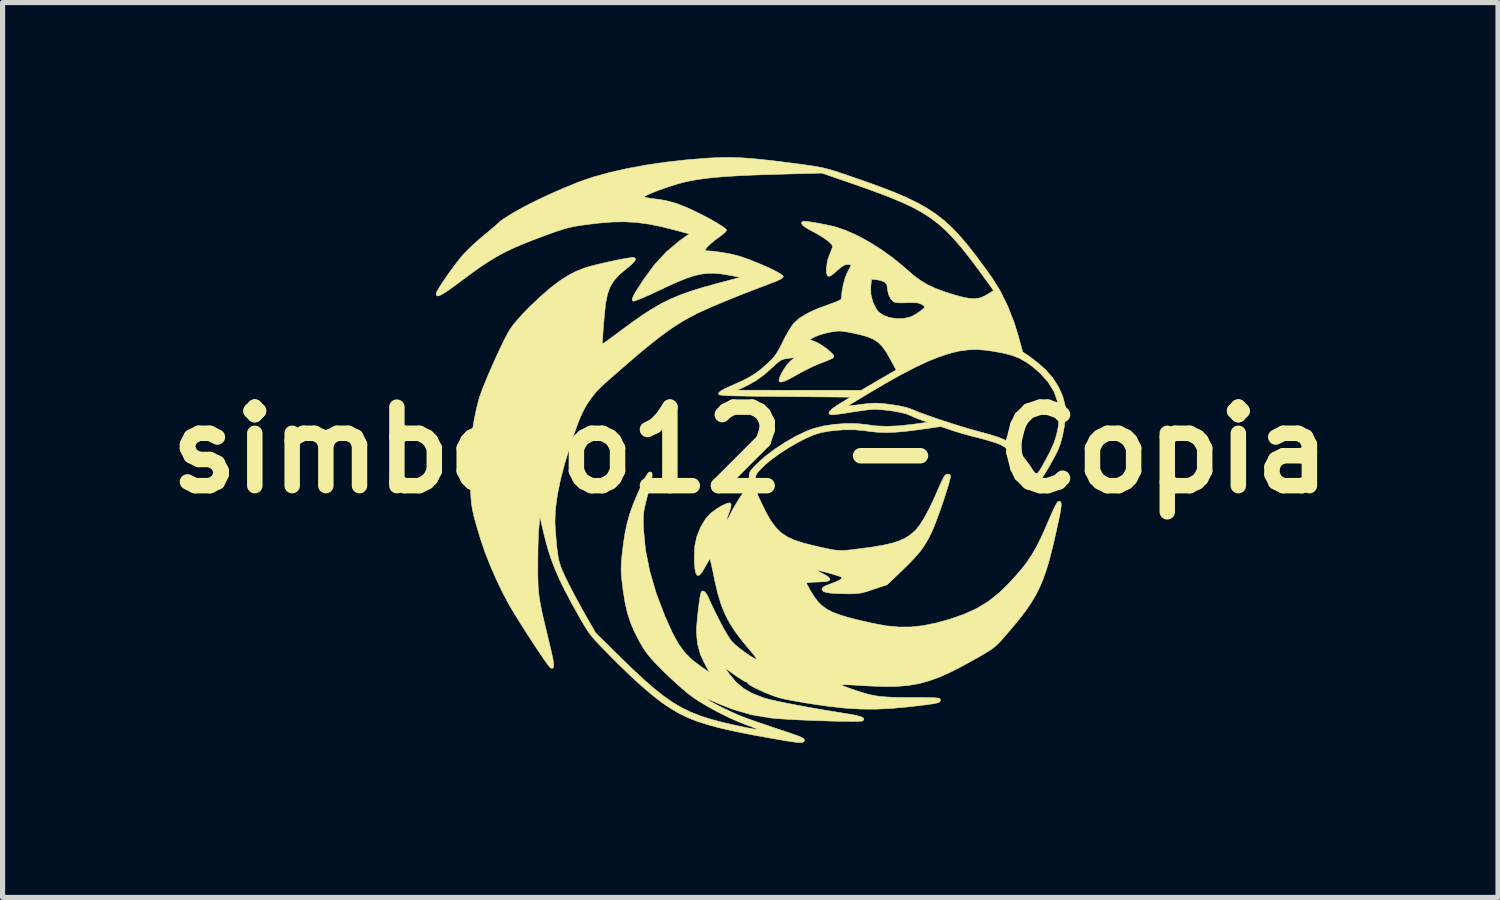
<source format=kicad_pcb>
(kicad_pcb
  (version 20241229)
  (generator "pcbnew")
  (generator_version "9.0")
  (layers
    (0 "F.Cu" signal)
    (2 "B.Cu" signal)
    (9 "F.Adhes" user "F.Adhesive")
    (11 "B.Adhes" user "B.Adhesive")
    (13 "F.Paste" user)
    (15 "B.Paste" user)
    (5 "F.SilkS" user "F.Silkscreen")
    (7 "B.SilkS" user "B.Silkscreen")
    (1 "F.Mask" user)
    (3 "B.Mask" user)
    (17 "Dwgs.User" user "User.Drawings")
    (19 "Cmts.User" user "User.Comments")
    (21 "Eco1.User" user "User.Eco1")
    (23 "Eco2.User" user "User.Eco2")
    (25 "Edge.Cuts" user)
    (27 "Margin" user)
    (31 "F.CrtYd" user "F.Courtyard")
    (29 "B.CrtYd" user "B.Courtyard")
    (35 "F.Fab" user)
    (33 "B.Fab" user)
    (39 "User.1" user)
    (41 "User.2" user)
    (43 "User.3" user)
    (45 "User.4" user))
  (footprint "simbolo12 - Copia"
    (layer "F.Cu")
    (at 11.51 5.685)
    (property "Reference" "simbolo12 - Copia" (at 0 0 0) (layer "F.SilkS") (effects (font (size 1.524 1.524) (thickness 0.3))))
    (attr through_hole)
    (fp_poly (pts (xy -0.359 -5.679) (xy -0.196 -5.674) (xy -0.018 -5.662) (xy 0.182 -5.644) (xy 0.413 -5.619) (xy 0.679 -5.586) (xy 0.869 -5.562) (xy 1.054 -5.537) (xy 1.201 -5.516) (xy 1.322 -5.495) (xy 1.427 -5.474) (xy 1.526 -5.449) (xy 1.631 -5.418) (xy 1.752 -5.378) (xy 1.86 -5.342) (xy 2.21 -5.221) (xy 2.517 -5.11) (xy 2.788 -5.006) (xy 3.027 -4.904) (xy 3.239 -4.801) (xy 3.428 -4.695) (xy 3.601 -4.581) (xy 3.761 -4.456) (xy 3.913 -4.317) (xy 4.063 -4.16) (xy 4.215 -3.982) (xy 4.374 -3.779) (xy 4.545 -3.547) (xy 4.691 -3.344) (xy 4.852 -3.086) (xy 4.998 -2.789) (xy 5.125 -2.463) (xy 5.204 -2.205) (xy 5.286 -1.906) (xy 5.427 -1.81) (xy 5.512 -1.746) (xy 5.614 -1.663) (xy 5.711 -1.578) (xy 5.73 -1.56) (xy 5.866 -1.407) (xy 5.979 -1.232) (xy 6.062 -1.048) (xy 6.109 -0.865) (xy 6.116 -0.794) (xy 6.114 -0.64) (xy 6.095 -0.464) (xy 6.061 -0.285) (xy 6.017 -0.122) (xy 5.978 -0.02) (xy 5.933 0.073) (xy 5.877 0.18) (xy 5.813 0.294) (xy 5.747 0.406) (xy 5.683 0.508) (xy 5.628 0.593) (xy 5.584 0.652) (xy 5.558 0.677) (xy 5.556 0.677) (xy 5.531 0.658) (xy 5.487 0.606) (xy 5.432 0.529) (xy 5.381 0.454) (xy 5.302 0.339) (xy 5.209 0.218) (xy 5.119 0.111) (xy 5.08 0.07) (xy 4.998 -0.01) (xy 4.93 -0.065) (xy 4.862 -0.103) (xy 4.775 -0.137) (xy 4.729 -0.152) (xy 4.606 -0.19) (xy 4.464 -0.23) (xy 4.335 -0.262) (xy 4.33 -0.264) (xy 4.205 -0.296) (xy 4.062 -0.337) (xy 3.929 -0.379) (xy 3.911 -0.385) (xy 3.698 -0.458) (xy 3.282 -0.398) (xy 3.036 -0.367) (xy 2.826 -0.348) (xy 2.641 -0.341) (xy 2.469 -0.347) (xy 2.299 -0.365) (xy 2.227 -0.376) (xy 2.024 -0.395) (xy 1.797 -0.394) (xy 1.564 -0.373) (xy 1.367 -0.339) (xy 1.237 -0.298) (xy 1.081 -0.231) (xy 0.911 -0.143) (xy 0.735 -0.041) (xy 0.564 0.07) (xy 0.408 0.183) (xy 0.278 0.292) (xy 0.237 0.332) (xy 0.169 0.403) (xy 0.128 0.454) (xy 0.106 0.5) (xy 0.098 0.556) (xy 0.095 0.617) (xy 0.096 0.689) (xy 0.105 0.753) (xy 0.126 0.824) (xy 0.163 0.914) (xy 0.205 1.003) (xy 0.305 1.208) (xy 0.4 1.372) (xy 0.496 1.502) (xy 0.6 1.604) (xy 0.719 1.684) (xy 0.862 1.749) (xy 1.034 1.804) (xy 1.197 1.845) (xy 1.365 1.884) (xy 1.495 1.913) (xy 1.599 1.933) (xy 1.687 1.944) (xy 1.769 1.948) (xy 1.856 1.944) (xy 1.958 1.934) (xy 2.086 1.918) (xy 2.141 1.911) (xy 2.383 1.878) (xy 2.584 1.843) (xy 2.748 1.806) (xy 2.884 1.763) (xy 2.996 1.713) (xy 3.092 1.653) (xy 3.178 1.581) (xy 3.218 1.542) (xy 3.291 1.449) (xy 3.376 1.314) (xy 3.469 1.141) (xy 3.569 0.933) (xy 3.654 0.738) (xy 3.707 0.618) (xy 3.747 0.538) (xy 3.779 0.49) (xy 3.807 0.467) (xy 3.819 0.464) (xy 3.867 0.473) (xy 3.885 0.493) (xy 3.882 0.529) (xy 3.865 0.603) (xy 3.836 0.706) (xy 3.797 0.831) (xy 3.752 0.97) (xy 3.702 1.116) (xy 3.651 1.26) (xy 3.601 1.394) (xy 3.554 1.512) (xy 3.514 1.605) (xy 3.507 1.618) (xy 3.441 1.746) (xy 3.372 1.86) (xy 3.293 1.969) (xy 3.196 2.082) (xy 3.075 2.209) (xy 2.94 2.341) (xy 2.656 2.612) (xy 2.386 2.702) (xy 2.266 2.742) (xy 2.174 2.767) (xy 2.093 2.782) (xy 2.007 2.788) (xy 1.899 2.789) (xy 1.838 2.788) (xy 1.672 2.783) (xy 1.549 2.774) (xy 1.464 2.759) (xy 1.414 2.738) (xy 1.392 2.71) (xy 1.391 2.698) (xy 1.405 2.667) (xy 1.451 2.636) (xy 1.536 2.603) (xy 1.662 2.555) (xy 1.743 2.515) (xy 1.778 2.484) (xy 1.775 2.468) (xy 1.746 2.454) (xy 1.685 2.434) (xy 1.604 2.409) (xy 1.514 2.383) (xy 1.428 2.36) (xy 1.358 2.343) (xy 1.314 2.335) (xy 1.306 2.336) (xy 1.326 2.351) (xy 1.377 2.381) (xy 1.429 2.408) (xy 1.507 2.454) (xy 1.541 2.492) (xy 1.543 2.511) (xy 1.532 2.531) (xy 1.503 2.544) (xy 1.446 2.552) (xy 1.352 2.558) (xy 1.312 2.559) (xy 1.215 2.563) (xy 1.139 2.569) (xy 1.095 2.576) (xy 1.089 2.579) (xy 1.1 2.605) (xy 1.13 2.661) (xy 1.173 2.736) (xy 1.183 2.753) (xy 1.249 2.857) (xy 1.317 2.945) (xy 1.392 3.019) (xy 1.482 3.084) (xy 1.59 3.141) (xy 1.723 3.193) (xy 1.886 3.243) (xy 2.085 3.294) (xy 2.324 3.349) (xy 2.381 3.362) (xy 2.643 3.41) (xy 2.884 3.433) (xy 3.118 3.432) (xy 3.357 3.405) (xy 3.612 3.353) (xy 3.858 3.285) (xy 4.145 3.186) (xy 4.394 3.073) (xy 4.617 2.938) (xy 4.823 2.775) (xy 4.997 2.606) (xy 5.144 2.448) (xy 5.268 2.304) (xy 5.374 2.166) (xy 5.468 2.024) (xy 5.556 1.87) (xy 5.644 1.695) (xy 5.737 1.488) (xy 5.808 1.322) (xy 5.858 1.208) (xy 5.903 1.111) (xy 5.941 1.039) (xy 5.966 1.001) (xy 5.971 0.998) (xy 6.008 0.993) (xy 6.03 1.016) (xy 6.034 1.072) (xy 6.023 1.166) (xy 6 1.286) (xy 5.932 1.6) (xy 5.869 1.873) (xy 5.809 2.11) (xy 5.747 2.318) (xy 5.683 2.502) (xy 5.613 2.668) (xy 5.534 2.823) (xy 5.444 2.973) (xy 5.34 3.123) (xy 5.219 3.281) (xy 5.079 3.451) (xy 4.978 3.568) (xy 4.891 3.668) (xy 4.822 3.744) (xy 4.758 3.804) (xy 4.692 3.856) (xy 4.612 3.909) (xy 4.508 3.971) (xy 4.4 4.033) (xy 4.13 4.183) (xy 3.89 4.306) (xy 3.672 4.403) (xy 3.467 4.478) (xy 3.268 4.532) (xy 3.065 4.567) (xy 2.852 4.585) (xy 2.618 4.588) (xy 2.357 4.579) (xy 2.271 4.575) (xy 2.091 4.564) (xy 1.955 4.556) (xy 1.861 4.553) (xy 1.803 4.553) (xy 1.779 4.558) (xy 1.785 4.567) (xy 1.817 4.582) (xy 1.872 4.602) (xy 1.899 4.612) (xy 2.062 4.669) (xy 2.2 4.713) (xy 2.323 4.746) (xy 2.442 4.769) (xy 2.567 4.785) (xy 2.709 4.794) (xy 2.877 4.799) (xy 3.081 4.801) (xy 3.108 4.801) (xy 3.291 4.801) (xy 3.43 4.802) (xy 3.533 4.804) (xy 3.604 4.808) (xy 3.649 4.813) (xy 3.675 4.821) (xy 3.686 4.832) (xy 3.689 4.846) (xy 3.689 4.849) (xy 3.687 4.868) (xy 3.676 4.884) (xy 3.653 4.898) (xy 3.61 4.91) (xy 3.543 4.923) (xy 3.446 4.937) (xy 3.315 4.953) (xy 3.144 4.973) (xy 3.048 4.984) (xy 2.73 5.013) (xy 2.431 5.027) (xy 2.136 5.025) (xy 1.833 5.006) (xy 1.508 4.97) (xy 1.28 4.938) (xy 1.115 4.912) (xy 0.953 4.885) (xy 0.805 4.858) (xy 0.682 4.834) (xy 0.595 4.815) (xy 0.591 4.814) (xy 0.502 4.787) (xy 0.397 4.749) (xy 0.286 4.704) (xy 0.177 4.656) (xy 0.08 4.609) (xy 0.005 4.567) (xy -0.04 4.536) (xy -0.048 4.523) (xy -0.068 4.501) (xy -0.079 4.499) (xy -0.111 4.486) (xy -0.171 4.45) (xy -0.25 4.399) (xy -0.299 4.365) (xy -0.489 4.23) (xy -0.408 4.343) (xy -0.279 4.499) (xy -0.133 4.623) (xy 0.039 4.722) (xy 0.247 4.802) (xy 0.277 4.812) (xy 0.376 4.839) (xy 0.517 4.871) (xy 0.692 4.908) (xy 0.895 4.947) (xy 1.12 4.989) (xy 1.36 5.031) (xy 1.609 5.072) (xy 1.75 5.095) (xy 1.919 5.123) (xy 2.045 5.146) (xy 2.13 5.168) (xy 2.182 5.189) (xy 2.202 5.211) (xy 2.197 5.236) (xy 2.182 5.254) (xy 2.152 5.26) (xy 2.08 5.263) (xy 1.973 5.264) (xy 1.837 5.263) (xy 1.678 5.261) (xy 1.504 5.256) (xy 1.32 5.25) (xy 1.134 5.243) (xy 0.951 5.235) (xy 0.778 5.226) (xy 0.622 5.217) (xy 0.488 5.207) (xy 0.399 5.198) (xy 0.029 5.136) (xy -0.332 5.032) (xy -0.571 4.939) (xy -0.676 4.894) (xy -0.762 4.859) (xy -0.822 4.835) (xy -0.846 4.828) (xy -0.847 4.828) (xy -0.826 4.845) (xy -0.771 4.878) (xy -0.689 4.922) (xy -0.59 4.973) (xy -0.483 5.026) (xy -0.376 5.077) (xy -0.278 5.121) (xy -0.23 5.142) (xy -0.141 5.177) (xy -0.017 5.223) (xy 0.133 5.276) (xy 0.298 5.332) (xy 0.466 5.389) (xy 0.52 5.407) (xy 0.694 5.464) (xy 0.826 5.51) (xy 0.923 5.545) (xy 0.989 5.573) (xy 1.029 5.595) (xy 1.048 5.613) (xy 1.052 5.627) (xy 1.044 5.655) (xy 1.015 5.671) (xy 0.958 5.675) (xy 0.867 5.667) (xy 0.737 5.647) (xy 0.726 5.646) (xy 0.371 5.585) (xy 0.061 5.529) (xy -0.211 5.476) (xy -0.448 5.425) (xy -0.654 5.375) (xy -0.835 5.325) (xy -0.995 5.275) (xy -1.137 5.222) (xy -1.211 5.191) (xy -1.374 5.113) (xy -1.539 5.017) (xy -1.712 4.901) (xy -1.894 4.76) (xy -2.092 4.593) (xy -2.308 4.396) (xy -2.547 4.165) (xy -2.713 3.999) (xy -2.842 3.868) (xy -2.943 3.764) (xy -3.023 3.677) (xy -3.087 3.601) (xy -3.141 3.528) (xy -3.193 3.45) (xy -3.248 3.358) (xy -3.313 3.246) (xy -3.316 3.242) (xy -3.467 2.97) (xy -3.595 2.73) (xy -3.701 2.513) (xy -3.789 2.311) (xy -3.864 2.115) (xy -3.928 1.918) (xy -3.984 1.71) (xy -4.015 1.584) (xy -4.06 1.388) (xy -3.791 1.388) (xy -3.785 1.512) (xy -3.77 1.708) (xy -3.756 1.864) (xy -3.741 1.989) (xy -3.725 2.091) (xy -3.705 2.178) (xy -3.679 2.258) (xy -3.646 2.341) (xy -3.604 2.434) (xy -3.579 2.487) (xy -3.516 2.614) (xy -3.437 2.767) (xy -3.349 2.931) (xy -3.262 3.09) (xy -3.219 3.167) (xy -3 3.548) (xy -2.51 4.03) (xy -2.27 4.263) (xy -2.055 4.462) (xy -1.86 4.632) (xy -1.678 4.776) (xy -1.504 4.897) (xy -1.332 4.998) (xy -1.155 5.084) (xy -0.968 5.158) (xy -0.764 5.223) (xy -0.538 5.283) (xy -0.284 5.341) (xy -0.256 5.347) (xy -0.113 5.377) (xy -0.011 5.398) (xy 0.057 5.41) (xy 0.097 5.416) (xy 0.116 5.415) (xy 0.121 5.41) (xy 0.1 5.398) (xy 0.044 5.376) (xy -0.037 5.346) (xy -0.067 5.335) (xy -0.239 5.268) (xy -0.434 5.18) (xy -0.638 5.078) (xy -0.835 4.97) (xy -1.011 4.864) (xy -1.104 4.802) (xy -0.895 4.802) (xy -0.883 4.814) (xy -0.871 4.802) (xy -0.883 4.79) (xy -0.895 4.802) (xy -1.104 4.802) (xy -1.112 4.796) (xy -1.207 4.724) (xy -1.324 4.626) (xy -1.452 4.512) (xy -1.582 4.392) (xy -1.675 4.302) (xy -1.797 4.179) (xy -1.891 4.08) (xy -1.964 3.997) (xy -2.023 3.921) (xy -2.076 3.842) (xy -2.129 3.752) (xy -2.149 3.716) (xy -2.25 3.522) (xy -2.327 3.339) (xy -2.387 3.151) (xy -2.433 2.944) (xy -2.471 2.704) (xy -2.471 2.697) (xy -2.49 2.543) (xy -2.502 2.423) (xy -2.507 2.321) (xy -2.505 2.223) (xy -2.497 2.115) (xy -2.492 2.068) (xy -2.463 1.817) (xy -2.43 1.602) (xy -2.388 1.408) (xy -2.335 1.223) (xy -2.266 1.033) (xy -2.178 0.826) (xy -2.133 0.726) (xy -2.073 0.599) (xy -2.027 0.511) (xy -1.992 0.456) (xy -1.965 0.429) (xy -1.946 0.423) (xy -1.922 0.428) (xy -1.908 0.445) (xy -1.904 0.482) (xy -1.912 0.543) (xy -1.931 0.635) (xy -1.963 0.763) (xy -1.995 0.883) (xy -2.03 1.019) (xy -2.054 1.122) (xy -2.069 1.207) (xy -2.076 1.288) (xy -2.077 1.378) (xy -2.074 1.492) (xy -2.073 1.524) (xy -2.035 1.928) (xy -1.952 2.347) (xy -1.825 2.781) (xy -1.653 3.232) (xy -1.51 3.549) (xy -1.399 3.752) (xy -1.278 3.92) (xy -1.133 4.066) (xy -0.955 4.202) (xy -0.946 4.208) (xy -0.791 4.313) (xy -0.865 4.182) (xy -0.967 3.969) (xy -1.025 3.758) (xy -1.045 3.536) (xy -1.045 3.529) (xy -1.042 3.442) (xy -1.033 3.331) (xy -1.022 3.207) (xy -1.007 3.08) (xy -0.992 2.96) (xy -0.977 2.858) (xy -0.962 2.785) (xy -0.952 2.752) (xy -0.919 2.731) (xy -0.879 2.753) (xy -0.836 2.812) (xy -0.819 2.848) (xy -0.748 3.006) (xy -0.67 3.167) (xy -0.591 3.323) (xy -0.515 3.465) (xy -0.446 3.584) (xy -0.389 3.672) (xy -0.363 3.706) (xy -0.296 3.773) (xy -0.204 3.85) (xy -0.101 3.927) (xy -0.001 3.995) (xy 0.084 4.044) (xy 0.111 4.056) (xy 0.119 4.048) (xy 0.097 4.011) (xy 0.049 3.949) (xy 0.022 3.918) (xy -0.149 3.712) (xy -0.289 3.528) (xy -0.401 3.354) (xy -0.492 3.18) (xy -0.565 2.997) (xy -0.628 2.794) (xy -0.683 2.561) (xy -0.701 2.475) (xy -0.726 2.351) (xy -0.749 2.244) (xy -0.768 2.164) (xy -0.779 2.12) (xy -0.782 2.113) (xy -0.797 2.128) (xy -0.827 2.177) (xy -0.868 2.25) (xy -0.882 2.275) (xy -0.94 2.373) (xy -0.988 2.426) (xy -1.026 2.433) (xy -1.054 2.394) (xy -1.074 2.308) (xy -1.084 2.176) (xy -1.087 2.063) (xy -1.077 1.86) (xy -1.038 1.681) (xy -0.968 1.505) (xy -0.949 1.468) (xy -0.865 1.332) (xy -0.764 1.222) (xy -0.634 1.126) (xy -0.548 1.077) (xy -0.455 1.033) (xy -0.398 1.023) (xy -0.373 1.048) (xy -0.378 1.109) (xy -0.407 1.199) (xy -0.442 1.294) (xy -0.457 1.347) (xy -0.452 1.356) (xy -0.429 1.321) (xy -0.387 1.241) (xy -0.378 1.221) (xy -0.324 1.121) (xy -0.254 1.003) (xy -0.181 0.889) (xy -0.16 0.859) (xy -0.096 0.766) (xy -0.056 0.698) (xy -0.034 0.643) (xy -0.025 0.588) (xy -0.024 0.544) (xy -0.022 0.483) (xy -0.012 0.437) (xy 0.012 0.392) (xy 0.059 0.338) (xy 0.127 0.268) (xy 0.287 0.123) (xy 0.478 -0.021) (xy 0.687 -0.158) (xy 0.901 -0.279) (xy 1.107 -0.375) (xy 1.237 -0.423) (xy 1.426 -0.47) (xy 1.639 -0.501) (xy 1.86 -0.517) (xy 2.07 -0.515) (xy 2.238 -0.497) (xy 2.444 -0.47) (xy 2.658 -0.462) (xy 2.891 -0.472) (xy 3.144 -0.5) (xy 3.446 -0.54) (xy 3.325 -0.581) (xy 3.231 -0.617) (xy 3.136 -0.658) (xy 3.106 -0.672) (xy 3.02 -0.705) (xy 2.9 -0.734) (xy 2.758 -0.76) (xy 2.61 -0.778) (xy 2.469 -0.789) (xy 2.348 -0.788) (xy 2.322 -0.786) (xy 2.233 -0.776) (xy 2.113 -0.759) (xy 1.98 -0.74) (xy 1.877 -0.723) (xy 1.763 -0.705) (xy 1.664 -0.693) (xy 1.592 -0.686) (xy 1.557 -0.687) (xy 1.526 -0.712) (xy 1.536 -0.75) (xy 1.588 -0.801) (xy 1.666 -0.857) (xy 1.894 -0.857) (xy 1.919 -0.859) (xy 1.981 -0.866) (xy 2.072 -0.877) (xy 2.165 -0.889) (xy 2.289 -0.904) (xy 2.389 -0.911) (xy 2.482 -0.91) (xy 2.588 -0.902) (xy 2.722 -0.886) (xy 2.724 -0.885) (xy 2.893 -0.859) (xy 3.028 -0.828) (xy 3.14 -0.79) (xy 3.175 -0.775) (xy 3.271 -0.735) (xy 3.404 -0.686) (xy 3.565 -0.63) (xy 3.744 -0.57) (xy 3.932 -0.509) (xy 4.118 -0.451) (xy 4.294 -0.399) (xy 4.45 -0.356) (xy 4.51 -0.34) (xy 4.637 -0.305) (xy 4.76 -0.268) (xy 4.863 -0.231) (xy 4.926 -0.205) (xy 5.036 -0.134) (xy 5.157 -0.026) (xy 5.283 0.112) (xy 5.405 0.272) (xy 5.438 0.321) (xy 5.485 0.392) (xy 5.52 0.438) (xy 5.549 0.456) (xy 5.578 0.443) (xy 5.614 0.398) (xy 5.662 0.316) (xy 5.729 0.196) (xy 5.73 0.194) (xy 5.825 0.014) (xy 5.894 -0.142) (xy 5.942 -0.291) (xy 5.974 -0.445) (xy 5.977 -0.459) (xy 5.994 -0.702) (xy 5.967 -0.927) (xy 5.894 -1.136) (xy 5.775 -1.328) (xy 5.621 -1.496) (xy 5.484 -1.615) (xy 5.354 -1.709) (xy 5.221 -1.783) (xy 5.076 -1.839) (xy 4.908 -1.883) (xy 4.708 -1.919) (xy 4.568 -1.939) (xy 4.4 -1.952) (xy 4.229 -1.946) (xy 4.05 -1.922) (xy 3.861 -1.876) (xy 3.656 -1.808) (xy 3.432 -1.717) (xy 3.186 -1.601) (xy 2.912 -1.458) (xy 2.608 -1.287) (xy 2.354 -1.137) (xy 2.22 -1.057) (xy 2.102 -0.986) (xy 2.005 -0.927) (xy 1.935 -0.884) (xy 1.899 -0.86) (xy 1.894 -0.857) (xy 1.666 -0.857) (xy 1.682 -0.868) (xy 1.733 -0.9) (xy 1.943 -1.028) (xy 0.663 -1.04) (xy 0.381 -1.043) (xy 0.145 -1.045) (xy -0.052 -1.048) (xy -0.211 -1.051) (xy -0.337 -1.053) (xy -0.434 -1.057) (xy -0.506 -1.061) (xy -0.556 -1.066) (xy -0.588 -1.071) (xy -0.607 -1.078) (xy -0.615 -1.087) (xy -0.617 -1.097) (xy -0.617 -1.097) (xy -0.606 -1.121) (xy -0.569 -1.151) (xy -0.546 -1.163) (xy -0.254 -1.163) (xy 0.949 -1.162) (xy 2.152 -1.161) (xy 2.491 -1.359) (xy 2.83 -1.556) (xy 2.727 -1.748) (xy 2.644 -1.894) (xy 2.565 -2.007) (xy 2.481 -2.092) (xy 2.381 -2.156) (xy 2.259 -2.206) (xy 2.102 -2.247) (xy 1.982 -2.273) (xy 1.864 -2.295) (xy 1.779 -2.308) (xy 1.709 -2.311) (xy 1.64 -2.305) (xy 1.557 -2.291) (xy 1.543 -2.288) (xy 1.437 -2.263) (xy 1.334 -2.232) (xy 1.256 -2.2) (xy 1.255 -2.2) (xy 1.151 -2.147) (xy 1.253 -2.107) (xy 1.326 -2.072) (xy 1.408 -2.021) (xy 1.489 -1.963) (xy 1.558 -1.904) (xy 1.606 -1.855) (xy 1.621 -1.824) (xy 1.619 -1.808) (xy 1.61 -1.794) (xy 1.585 -1.778) (xy 1.538 -1.756) (xy 1.461 -1.724) (xy 1.348 -1.68) (xy 1.324 -1.671) (xy 1.224 -1.628) (xy 1.1 -1.568) (xy 0.971 -1.5) (xy 0.881 -1.45) (xy 0.752 -1.379) (xy 0.658 -1.336) (xy 0.596 -1.32) (xy 0.564 -1.33) (xy 0.556 -1.355) (xy 0.57 -1.412) (xy 0.607 -1.491) (xy 0.658 -1.578) (xy 0.713 -1.658) (xy 0.766 -1.716) (xy 0.77 -1.72) (xy 0.859 -1.795) (xy 0.726 -1.779) (xy 0.658 -1.768) (xy 0.605 -1.749) (xy 0.552 -1.716) (xy 0.486 -1.659) (xy 0.436 -1.612) (xy 0.27 -1.464) (xy 0.11 -1.349) (xy -0.061 -1.253) (xy -0.104 -1.233) (xy -0.254 -1.163) (xy -0.546 -1.163) (xy -0.5 -1.189) (xy -0.394 -1.238) (xy -0.325 -1.268) (xy -0.154 -1.345) (xy -0.017 -1.417) (xy 0.101 -1.49) (xy 0.212 -1.574) (xy 0.329 -1.677) (xy 0.351 -1.697) (xy 0.429 -1.775) (xy 0.49 -1.849) (xy 0.545 -1.935) (xy 0.604 -2.048) (xy 0.626 -2.094) (xy 0.684 -2.208) (xy 0.747 -2.319) (xy 0.805 -2.41) (xy 0.839 -2.456) (xy 0.946 -2.555) (xy 1.101 -2.651) (xy 1.303 -2.745) (xy 1.533 -2.829) (xy 1.63 -2.864) (xy 1.708 -2.897) (xy 1.756 -2.923) (xy 1.767 -2.935) (xy 1.778 -3.068) (xy 1.797 -3.174) (xy 2.337 -3.174) (xy 2.34 -3.025) (xy 2.377 -2.875) (xy 2.442 -2.743) (xy 2.488 -2.684) (xy 2.578 -2.618) (xy 2.698 -2.574) (xy 2.835 -2.552) (xy 2.974 -2.554) (xy 3.102 -2.583) (xy 3.151 -2.604) (xy 3.219 -2.643) (xy 3.287 -2.689) (xy 3.346 -2.734) (xy 3.381 -2.768) (xy 3.387 -2.779) (xy 3.368 -2.8) (xy 3.322 -2.831) (xy 3.319 -2.832) (xy 3.27 -2.852) (xy 3.203 -2.862) (xy 3.106 -2.862) (xy 3.045 -2.86) (xy 2.913 -2.857) (xy 2.821 -2.866) (xy 2.784 -2.878) (xy 2.731 -2.928) (xy 2.688 -3.009) (xy 2.664 -3.101) (xy 2.661 -3.139) (xy 2.648 -3.215) (xy 2.603 -3.265) (xy 2.521 -3.294) (xy 2.477 -3.302) (xy 2.353 -3.318) (xy 2.337 -3.174) (xy 1.797 -3.174) (xy 1.804 -3.21) (xy 1.84 -3.341) (xy 1.88 -3.44) (xy 1.917 -3.512) (xy 1.945 -3.565) (xy 1.955 -3.586) (xy 1.94 -3.599) (xy 1.893 -3.604) (xy 1.887 -3.604) (xy 1.834 -3.595) (xy 1.776 -3.562) (xy 1.701 -3.5) (xy 1.68 -3.481) (xy 1.597 -3.407) (xy 1.538 -3.374) (xy 1.501 -3.38) (xy 1.481 -3.427) (xy 1.476 -3.515) (xy 1.476 -3.518) (xy 1.499 -3.685) (xy 1.536 -3.788) (xy 1.568 -3.866) (xy 1.59 -3.928) (xy 1.597 -3.956) (xy 1.575 -3.997) (xy 1.516 -4.053) (xy 1.423 -4.12) (xy 1.304 -4.193) (xy 1.203 -4.247) (xy 1.09 -4.31) (xy 1.021 -4.36) (xy 0.993 -4.399) (xy 1.004 -4.43) (xy 1.015 -4.438) (xy 1.05 -4.441) (xy 1.123 -4.435) (xy 1.223 -4.42) (xy 1.341 -4.399) (xy 1.469 -4.374) (xy 1.595 -4.346) (xy 1.651 -4.332) (xy 1.846 -4.267) (xy 2.063 -4.171) (xy 2.292 -4.048) (xy 2.525 -3.903) (xy 2.751 -3.742) (xy 2.963 -3.571) (xy 3.024 -3.517) (xy 3.167 -3.393) (xy 3.303 -3.292) (xy 3.441 -3.209) (xy 3.595 -3.138) (xy 3.774 -3.071) (xy 3.964 -3.012) (xy 4.129 -2.967) (xy 4.26 -2.942) (xy 4.366 -2.938) (xy 4.459 -2.954) (xy 4.548 -2.991) (xy 4.608 -3.026) (xy 4.72 -3.097) (xy 4.63 -3.224) (xy 4.438 -3.488) (xy 4.266 -3.718) (xy 4.107 -3.919) (xy 3.956 -4.094) (xy 3.809 -4.247) (xy 3.66 -4.382) (xy 3.504 -4.502) (xy 3.336 -4.61) (xy 3.151 -4.712) (xy 2.943 -4.809) (xy 2.708 -4.907) (xy 2.441 -5.009) (xy 2.136 -5.118) (xy 1.899 -5.2) (xy 1.391 -5.376) (xy 0.75 -5.359) (xy 0.389 -5.349) (xy 0.072 -5.338) (xy -0.206 -5.326) (xy -0.449 -5.311) (xy -0.661 -5.295) (xy -0.847 -5.275) (xy -1.011 -5.253) (xy -1.158 -5.227) (xy -1.292 -5.198) (xy -1.409 -5.166) (xy -1.545 -5.124) (xy -1.677 -5.08) (xy -1.801 -5.035) (xy -1.907 -4.993) (xy -1.989 -4.957) (xy -2.041 -4.929) (xy -2.054 -4.912) (xy -2.052 -4.91) (xy -2.012 -4.899) (xy -1.941 -4.887) (xy -1.864 -4.877) (xy -1.651 -4.846) (xy -1.446 -4.791) (xy -1.232 -4.708) (xy -1.139 -4.666) (xy -0.984 -4.59) (xy -0.837 -4.515) (xy -0.707 -4.443) (xy -0.598 -4.378) (xy -0.517 -4.325) (xy -0.469 -4.285) (xy -0.46 -4.269) (xy -0.478 -4.239) (xy -0.527 -4.193) (xy -0.596 -4.141) (xy -0.599 -4.14) (xy -0.684 -4.077) (xy -0.761 -4.013) (xy -0.824 -3.954) (xy -0.866 -3.906) (xy -0.879 -3.877) (xy -0.87 -3.87) (xy -0.734 -3.861) (xy -0.572 -3.84) (xy -0.406 -3.811) (xy -0.254 -3.776) (xy -0.173 -3.751) (xy -0.026 -3.699) (xy 0.121 -3.641) (xy 0.263 -3.581) (xy 0.392 -3.523) (xy 0.501 -3.469) (xy 0.583 -3.422) (xy 0.631 -3.387) (xy 0.641 -3.37) (xy 0.628 -3.346) (xy 0.586 -3.317) (xy 0.509 -3.281) (xy 0.39 -3.235) (xy 0.387 -3.234) (xy 0.158 -3.147) (xy -0.073 -3.058) (xy -0.299 -2.968) (xy -0.512 -2.881) (xy -0.704 -2.801) (xy -0.868 -2.729) (xy -0.997 -2.67) (xy -1.028 -2.655) (xy -1.181 -2.575) (xy -1.328 -2.492) (xy -1.474 -2.4) (xy -1.625 -2.295) (xy -1.787 -2.174) (xy -1.965 -2.033) (xy -2.165 -1.868) (xy -2.391 -1.674) (xy -2.48 -1.597) (xy -2.624 -1.471) (xy -2.737 -1.372) (xy -2.824 -1.294) (xy -2.891 -1.232) (xy -2.942 -1.182) (xy -2.984 -1.138) (xy -3.02 -1.095) (xy -3.057 -1.048) (xy -3.086 -1.01) (xy -3.15 -0.919) (xy -3.208 -0.824) (xy -3.263 -0.716) (xy -3.319 -0.588) (xy -3.378 -0.433) (xy -3.444 -0.242) (xy -3.484 -0.121) (xy -3.598 0.248) (xy -3.686 0.581) (xy -3.746 0.88) (xy -3.781 1.148) (xy -3.791 1.388) (xy -4.06 1.388) (xy -4.082 1.294) (xy -4.103 1.512) (xy -4.11 1.604) (xy -4.115 1.733) (xy -4.12 1.888) (xy -4.122 2.057) (xy -4.123 2.228) (xy -4.123 2.25) (xy -4.123 2.399) (xy -4.121 2.525) (xy -4.117 2.636) (xy -4.11 2.739) (xy -4.098 2.841) (xy -4.081 2.949) (xy -4.058 3.071) (xy -4.027 3.214) (xy -3.987 3.385) (xy -3.937 3.591) (xy -3.903 3.734) (xy -3.862 3.906) (xy -3.834 4.036) (xy -3.819 4.129) (xy -3.816 4.19) (xy -3.825 4.223) (xy -3.845 4.234) (xy -3.877 4.227) (xy -3.9 4.203) (xy -3.943 4.145) (xy -4.005 4.057) (xy -4.08 3.946) (xy -4.166 3.819) (xy -4.257 3.68) (xy -4.35 3.536) (xy -4.441 3.393) (xy -4.527 3.257) (xy -4.602 3.133) (xy -4.664 3.029) (xy -4.68 3.001) (xy -4.804 2.769) (xy -4.927 2.513) (xy -5.043 2.248) (xy -5.145 1.989) (xy -5.226 1.753) (xy -5.234 1.727) (xy -5.291 1.54) (xy -5.335 1.389) (xy -5.368 1.264) (xy -5.392 1.153) (xy -5.409 1.046) (xy -5.42 0.934) (xy -5.427 0.805) (xy -5.432 0.648) (xy -5.435 0.508) (xy -5.439 0.324) (xy -5.44 0.177) (xy -5.439 0.056) (xy -5.434 -0.05) (xy -5.425 -0.151) (xy -5.411 -0.261) (xy -5.392 -0.388) (xy -5.385 -0.43) (xy -5.359 -0.584) (xy -5.327 -0.74) (xy -5.294 -0.885) (xy -5.262 -1.003) (xy -5.251 -1.04) (xy -5.205 -1.167) (xy -5.144 -1.32) (xy -5.074 -1.489) (xy -4.996 -1.666) (xy -4.917 -1.842) (xy -4.838 -2.009) (xy -4.766 -2.156) (xy -4.703 -2.276) (xy -4.654 -2.359) (xy -4.594 -2.44) (xy -4.508 -2.541) (xy -4.409 -2.652) (xy -4.304 -2.759) (xy -4.285 -2.779) (xy -4.072 -2.979) (xy -3.882 -3.145) (xy -3.707 -3.279) (xy -3.543 -3.385) (xy -3.384 -3.468) (xy -3.223 -3.532) (xy -3.153 -3.554) (xy -3.052 -3.582) (xy -2.93 -3.612) (xy -2.797 -3.643) (xy -2.661 -3.672) (xy -2.532 -3.699) (xy -2.418 -3.72) (xy -2.328 -3.734) (xy -2.271 -3.74) (xy -2.258 -3.739) (xy -2.229 -3.717) (xy -2.235 -3.682) (xy -2.277 -3.63) (xy -2.357 -3.559) (xy -2.407 -3.519) (xy -2.546 -3.4) (xy -2.648 -3.288) (xy -2.72 -3.169) (xy -2.77 -3.031) (xy -2.804 -2.867) (xy -2.813 -2.797) (xy -2.823 -2.699) (xy -2.834 -2.584) (xy -2.845 -2.46) (xy -2.855 -2.339) (xy -2.862 -2.228) (xy -2.867 -2.139) (xy -2.869 -2.08) (xy -2.867 -2.062) (xy -2.847 -2.074) (xy -2.795 -2.11) (xy -2.718 -2.166) (xy -2.622 -2.237) (xy -2.556 -2.286) (xy -2.318 -2.462) (xy -2.108 -2.61) (xy -1.915 -2.735) (xy -1.733 -2.84) (xy -1.55 -2.931) (xy -1.36 -3.011) (xy -1.152 -3.085) (xy -0.918 -3.158) (xy -0.649 -3.232) (xy -0.585 -3.249) (xy -0.191 -3.354) (xy -0.432 -3.398) (xy -0.575 -3.421) (xy -0.706 -3.433) (xy -0.831 -3.431) (xy -0.957 -3.415) (xy -1.092 -3.384) (xy -1.241 -3.334) (xy -1.413 -3.265) (xy -1.613 -3.175) (xy -1.813 -3.08) (xy -1.946 -3.018) (xy -2.065 -2.965) (xy -2.164 -2.924) (xy -2.234 -2.898) (xy -2.269 -2.89) (xy -2.27 -2.89) (xy -2.288 -2.904) (xy -2.292 -2.927) (xy -2.28 -2.967) (xy -2.249 -3.029) (xy -2.196 -3.117) (xy -2.119 -3.236) (xy -2.075 -3.304) (xy -1.86 -3.597) (xy -1.629 -3.847) (xy -1.377 -4.059) (xy -1.334 -4.09) (xy -1.184 -4.196) (xy -1.433 -4.263) (xy -1.715 -4.335) (xy -1.967 -4.386) (xy -2.203 -4.418) (xy -2.434 -4.431) (xy -2.674 -4.427) (xy -2.936 -4.406) (xy -3.151 -4.38) (xy -3.3 -4.36) (xy -3.422 -4.339) (xy -3.53 -4.316) (xy -3.64 -4.285) (xy -3.765 -4.244) (xy -3.919 -4.189) (xy -3.935 -4.183) (xy -4.19 -4.088) (xy -4.408 -4.002) (xy -4.597 -3.921) (xy -4.767 -3.839) (xy -4.927 -3.753) (xy -5.086 -3.656) (xy -5.252 -3.545) (xy -5.435 -3.414) (xy -5.595 -3.295) (xy -5.749 -3.181) (xy -5.869 -3.095) (xy -5.959 -3.037) (xy -6.023 -3.003) (xy -6.065 -2.991) (xy -6.088 -3.001) (xy -6.096 -3.029) (xy -6.096 -3.037) (xy -6.082 -3.075) (xy -6.043 -3.144) (xy -5.986 -3.235) (xy -5.914 -3.341) (xy -5.834 -3.455) (xy -5.75 -3.569) (xy -5.669 -3.676) (xy -5.595 -3.767) (xy -5.56 -3.807) (xy -5.482 -3.887) (xy -5.379 -3.985) (xy -5.264 -4.088) (xy -5.149 -4.185) (xy -5.142 -4.191) (xy -5.046 -4.27) (xy -4.963 -4.34) (xy -4.903 -4.394) (xy -4.87 -4.425) (xy -4.866 -4.43) (xy -4.843 -4.45) (xy -4.787 -4.488) (xy -4.703 -4.541) (xy -4.602 -4.603) (xy -4.567 -4.623) (xy -4.378 -4.729) (xy -4.153 -4.842) (xy -3.904 -4.96) (xy -3.642 -5.075) (xy -3.378 -5.184) (xy -3.336 -5.201) (xy -3.06 -5.296) (xy -2.743 -5.384) (xy -2.392 -5.464) (xy -2.016 -5.533) (xy -1.62 -5.591) (xy -1.212 -5.636) (xy -0.8 -5.668) (xy -0.663 -5.675) (xy -0.512 -5.68) (xy -0.359 -5.679)) (stroke (width 0.01) (type solid)) (fill yes) (layer "F.SilkS")))
  (gr_rect
    (start -3 -3)
    (end 26.02 14.365)
    (stroke (width 0.1) (type default))
    (fill no)
    (layer "Edge.Cuts")))
</source>
